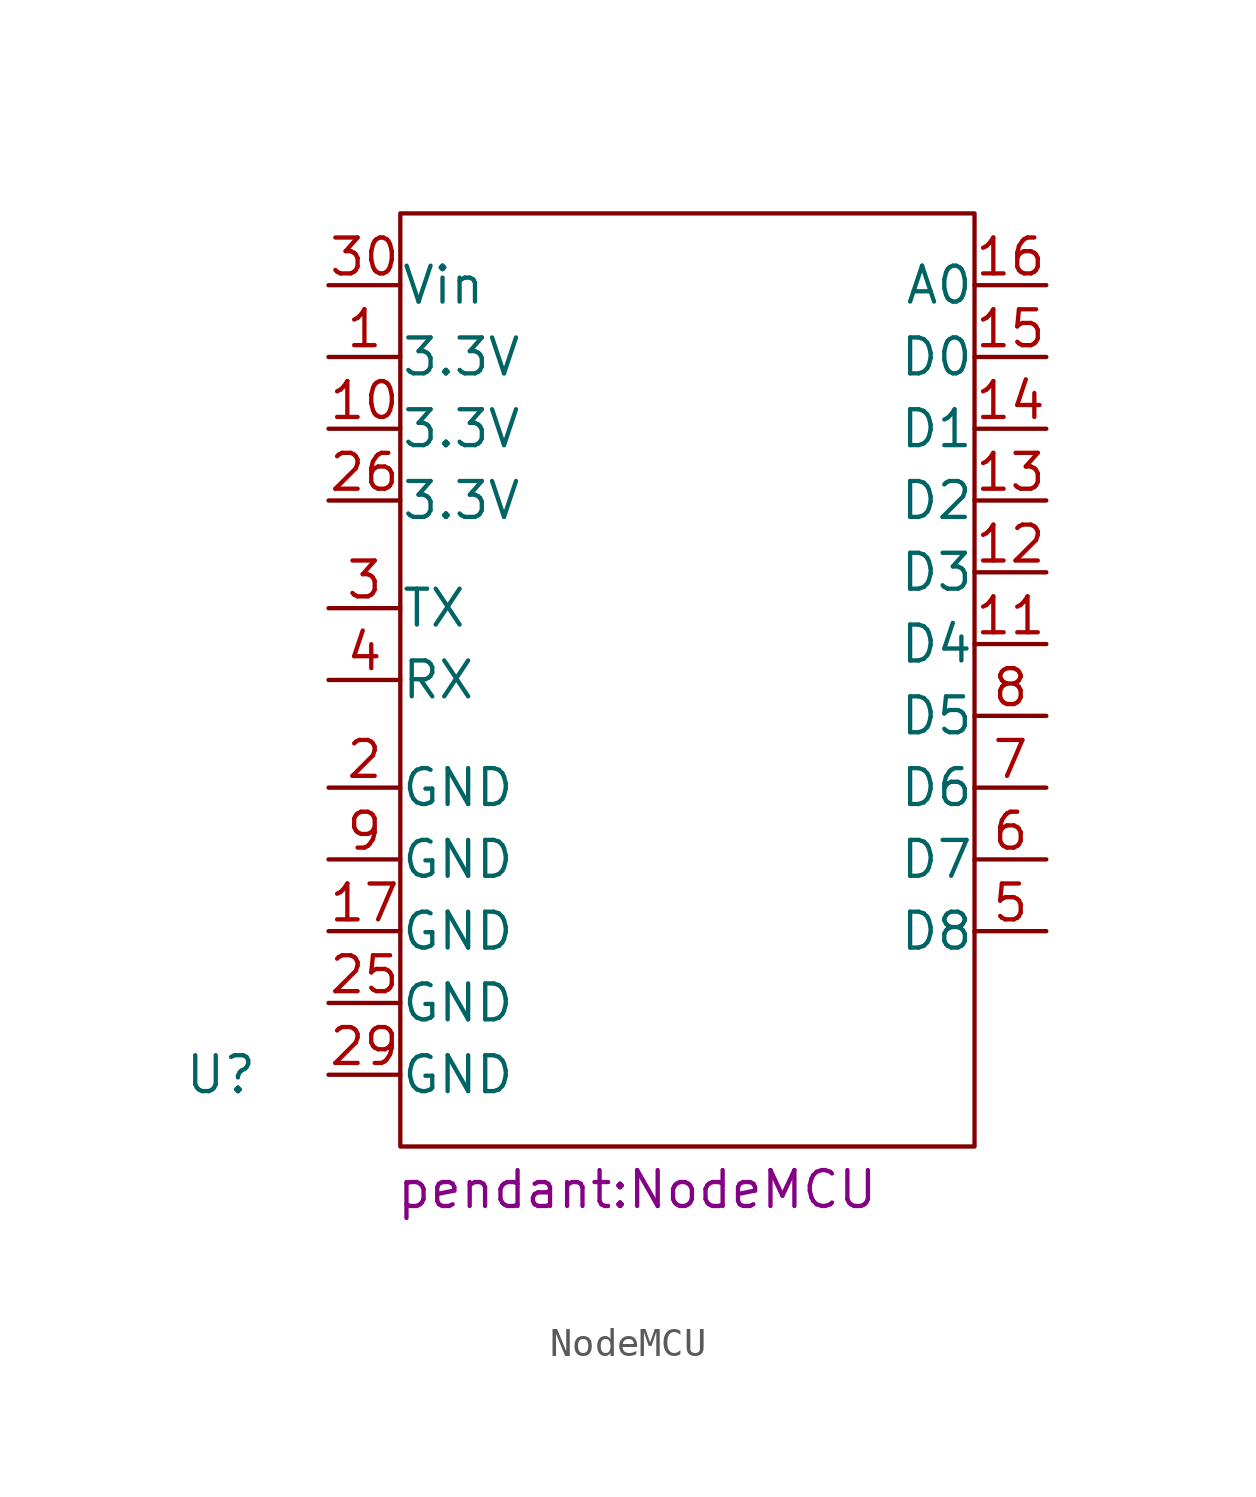
<source format=kicad_sym>
(kicad_symbol_lib
  (version 20231120)
  (generator "kicad_symbol_editor")
  (generator_version "8.0")
  (symbol "NodeMCU"
    (pin_names
      (offset 0.002))
    (property "Reference" "U"
      (at -88.9 -15.24 0)
      (effects (font (size 1.27 1.27))))
    (property "Value" ""
      (at -88.9 -15.24 0)
      (effects (font (size 1.27 1.27))))
    (property "Footprint" "pendant:NodeMCU"
      (at -74.168 -19.304 0)
      (effects (font (size 1.27 1.27))))
    (symbol "NodeMCU_0_1"
      (rectangle (start -82.55 15.24) (end -62.23 -17.78) (stroke (width 0) (type default)) (fill (type none))))
    (symbol "NodeMCU_1_1"
      (pin power_in line (at -85.09 10.16 0) (length 2.54) (name "3.3V" (effects (font (size 1.27 1.27)))) (number "1" (effects (font (size 1.27 1.27)))))
      (pin power_in line (at -85.09 7.62 0) (length 2.54) (name "3.3V" (effects (font (size 1.27 1.27)))) (number "10" (effects (font (size 1.27 1.27)))))
      (pin bidirectional line (at -59.69 0 180) (length 2.54) (name "D4" (effects (font (size 1.27 1.27)))) (number "11" (effects (font (size 1.27 1.27)))))
      (pin bidirectional line (at -59.69 2.54 180) (length 2.54) (name "D3" (effects (font (size 1.27 1.27)))) (number "12" (effects (font (size 1.27 1.27)))))
      (pin bidirectional line (at -59.69 5.08 180) (length 2.54) (name "D2" (effects (font (size 1.27 1.27)))) (number "13" (effects (font (size 1.27 1.27)))))
      (pin bidirectional line (at -59.69 7.62 180) (length 2.54) (name "D1" (effects (font (size 1.27 1.27)))) (number "14" (effects (font (size 1.27 1.27)))))
      (pin bidirectional line (at -59.69 10.16 180) (length 2.54) (name "D0" (effects (font (size 1.27 1.27)))) (number "15" (effects (font (size 1.27 1.27)))))
      (pin input line (at -59.69 12.7 180) (length 2.54) (name "A0" (effects (font (size 1.27 1.27)))) (number "16" (effects (font (size 1.27 1.27)))))
      (pin power_in line (at -85.09 -10.16 0) (length 2.54) (name "GND" (effects (font (size 1.27 1.27)))) (number "17" (effects (font (size 1.27 1.27)))))
      (pin power_in line (at -85.09 -5.08 0) (length 2.54) (name "GND" (effects (font (size 1.27 1.27)))) (number "2" (effects (font (size 1.27 1.27)))))
      (pin power_in line (at -85.09 -12.7 0) (length 2.54) (name "GND" (effects (font (size 1.27 1.27)))) (number "25" (effects (font (size 1.27 1.27)))))
      (pin power_in line (at -85.09 5.08 0) (length 2.54) (name "3.3V" (effects (font (size 1.27 1.27)))) (number "26" (effects (font (size 1.27 1.27)))))
      (pin power_in line (at -85.09 -15.24 0) (length 2.54) (name "GND" (effects (font (size 1.27 1.27)))) (number "29" (effects (font (size 1.27 1.27)))))
      (pin bidirectional line (at -85.09 1.27 0) (length 2.54) (name "TX" (effects (font (size 1.27 1.27)))) (number "3" (effects (font (size 1.27 1.27)))))
      (pin power_in line (at -85.09 12.7 0) (length 2.54) (name "Vin" (effects (font (size 1.27 1.27)))) (number "30" (effects (font (size 1.27 1.27)))))
      (pin bidirectional line (at -85.09 -1.27 0) (length 2.54) (name "RX" (effects (font (size 1.27 1.27)))) (number "4" (effects (font (size 1.27 1.27)))))
      (pin bidirectional line (at -59.69 -10.16 180) (length 2.54) (name "D8" (effects (font (size 1.27 1.27)))) (number "5" (effects (font (size 1.27 1.27)))))
      (pin bidirectional line (at -59.69 -7.62 180) (length 2.54) (name "D7" (effects (font (size 1.27 1.27)))) (number "6" (effects (font (size 1.27 1.27)))))
      (pin bidirectional line (at -59.69 -5.08 180) (length 2.54) (name "D6" (effects (font (size 1.27 1.27)))) (number "7" (effects (font (size 1.27 1.27)))))
      (pin bidirectional line (at -59.69 -2.54 180) (length 2.54) (name "D5" (effects (font (size 1.27 1.27)))) (number "8" (effects (font (size 1.27 1.27)))))
      (pin power_in line (at -85.09 -7.62 0) (length 2.54) (name "GND" (effects (font (size 1.27 1.27)))) (number "9" (effects (font (size 1.27 1.27))))))))
</source>
